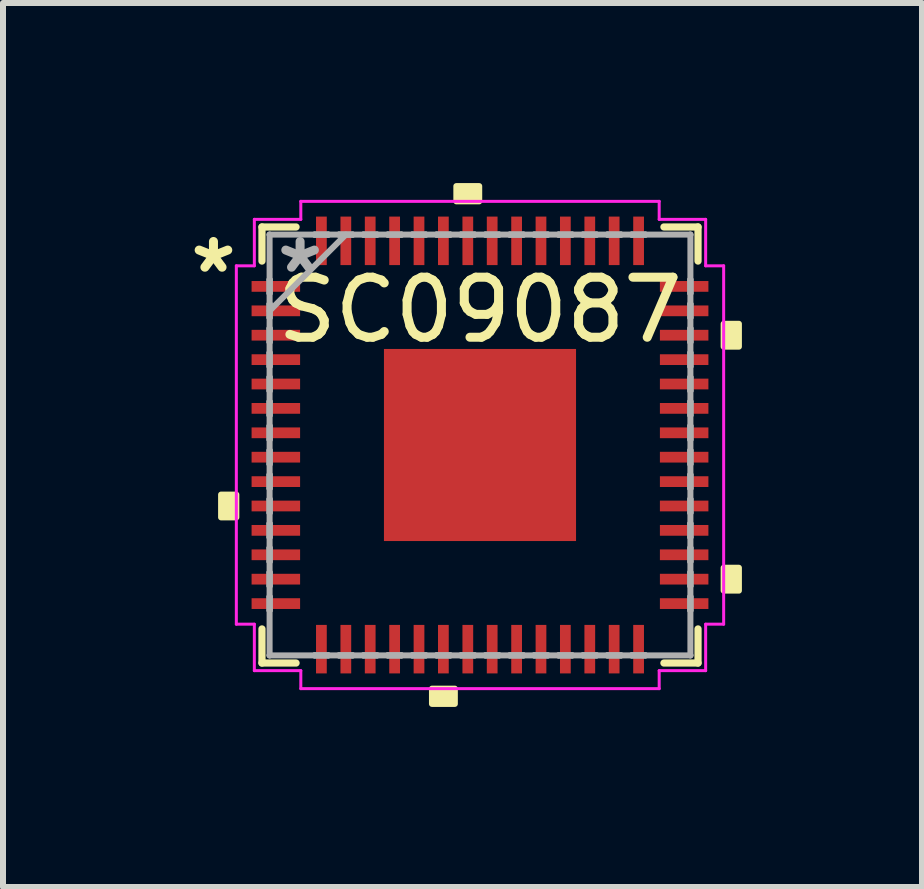
<source format=kicad_pcb>
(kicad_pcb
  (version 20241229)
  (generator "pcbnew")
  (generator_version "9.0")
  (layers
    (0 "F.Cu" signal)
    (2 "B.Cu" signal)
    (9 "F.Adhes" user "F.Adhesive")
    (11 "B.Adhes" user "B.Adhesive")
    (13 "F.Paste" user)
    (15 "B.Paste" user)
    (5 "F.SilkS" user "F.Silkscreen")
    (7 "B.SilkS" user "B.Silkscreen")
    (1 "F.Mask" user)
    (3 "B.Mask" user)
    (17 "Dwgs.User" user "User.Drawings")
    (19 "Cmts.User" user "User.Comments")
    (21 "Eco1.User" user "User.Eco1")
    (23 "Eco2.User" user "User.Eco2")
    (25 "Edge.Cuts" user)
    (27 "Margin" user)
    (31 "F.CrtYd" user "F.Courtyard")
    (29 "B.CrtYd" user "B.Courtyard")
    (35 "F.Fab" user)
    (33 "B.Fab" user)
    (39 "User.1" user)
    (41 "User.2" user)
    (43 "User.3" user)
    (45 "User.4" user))
  (footprint "SC09087"
    (layer "F.Cu")
    (at 4.946 4.363)
    (property "Reference" "SC09087" (at 0 -2.25 0) (layer "F.SilkS") (effects (font (size 1 1) (thickness 0.15))))
    (attr through_hole)
    (fp_line (start -3.632 -3.632) (end -3.632 -3.064) (stroke (width 0.12) (type solid)) (layer "F.SilkS"))
    (fp_line (start -3.632 3.064) (end -3.632 3.632) (stroke (width 0.12) (type solid)) (layer "F.SilkS"))
    (fp_line (start -3.632 3.632) (end -3.064 3.632) (stroke (width 0.12) (type solid)) (layer "F.SilkS"))
    (fp_line (start -3.064 -3.632) (end -3.632 -3.632) (stroke (width 0.12) (type solid)) (layer "F.SilkS"))
    (fp_line (start 3.064 3.632) (end 3.632 3.632) (stroke (width 0.12) (type solid)) (layer "F.SilkS"))
    (fp_line (start 3.632 -3.632) (end 3.064 -3.632) (stroke (width 0.12) (type solid)) (layer "F.SilkS"))
    (fp_line (start 3.632 -3.064) (end 3.632 -3.632) (stroke (width 0.12) (type solid)) (layer "F.SilkS"))
    (fp_line (start 3.632 3.632) (end 3.632 3.064) (stroke (width 0.12) (type solid)) (layer "F.SilkS"))
    (fp_poly (pts (xy -4.313 0.826) (xy -4.313 1.206) (xy -4.059 1.206) (xy -4.059 0.826)) (stroke (width 0.1) (type solid)) (fill yes) (layer "F.SilkS"))
    (fp_poly (pts (xy -0.8 4.059) (xy -0.8 4.313) (xy -0.419 4.313) (xy -0.419 4.059)) (stroke (width 0.1) (type solid)) (fill yes) (layer "F.SilkS"))
    (fp_poly (pts (xy -0.394 -4.059) (xy -0.394 -4.313) (xy -0.013 -4.313) (xy -0.013 -4.059)) (stroke (width 0.1) (type solid)) (fill yes) (layer "F.SilkS"))
    (fp_poly (pts (xy 4.313 -2.019) (xy 4.313 -1.638) (xy 4.059 -1.638) (xy 4.059 -2.019)) (stroke (width 0.1) (type solid)) (fill yes) (layer "F.SilkS"))
    (fp_poly (pts (xy 4.313 2.045) (xy 4.313 2.426) (xy 4.059 2.426) (xy 4.059 2.045)) (stroke (width 0.1) (type solid)) (fill yes) (layer "F.SilkS"))
    (fp_poly (pts (xy -1.5 -1.5) (xy -1.5 -0.1) (xy -0.1 -0.1) (xy -0.1 -1.5)) (stroke (width 0.1) (type solid)) (fill yes) (layer "F.Paste"))
    (fp_poly (pts (xy -1.5 0.1) (xy -1.5 1.5) (xy -0.1 1.5) (xy -0.1 0.1)) (stroke (width 0.1) (type solid)) (fill yes) (layer "F.Paste"))
    (fp_poly (pts (xy 0.1 -1.5) (xy 0.1 -0.1) (xy 1.5 -0.1) (xy 1.5 -1.5)) (stroke (width 0.1) (type solid)) (fill yes) (layer "F.Paste"))
    (fp_poly (pts (xy 0.1 0.1) (xy 0.1 1.5) (xy 1.5 1.5) (xy 1.5 0.1)) (stroke (width 0.1) (type solid)) (fill yes) (layer "F.Paste"))
    (fp_line (start -4.059 -2.985) (end -3.759 -2.985) (stroke (width 0.05) (type solid)) (layer "F.CrtYd"))
    (fp_line (start -4.059 2.985) (end -4.059 -2.985) (stroke (width 0.05) (type solid)) (layer "F.CrtYd"))
    (fp_line (start -3.759 -3.759) (end -2.985 -3.759) (stroke (width 0.05) (type solid)) (layer "F.CrtYd"))
    (fp_line (start -3.759 -2.985) (end -3.759 -3.759) (stroke (width 0.05) (type solid)) (layer "F.CrtYd"))
    (fp_line (start -3.759 2.985) (end -4.059 2.985) (stroke (width 0.05) (type solid)) (layer "F.CrtYd"))
    (fp_line (start -3.759 3.759) (end -3.759 2.985) (stroke (width 0.05) (type solid)) (layer "F.CrtYd"))
    (fp_line (start -2.985 -4.059) (end 2.985 -4.059) (stroke (width 0.05) (type solid)) (layer "F.CrtYd"))
    (fp_line (start -2.985 -3.759) (end -2.985 -4.059) (stroke (width 0.05) (type solid)) (layer "F.CrtYd"))
    (fp_line (start -2.985 3.759) (end -3.759 3.759) (stroke (width 0.05) (type solid)) (layer "F.CrtYd"))
    (fp_line (start -2.985 4.059) (end -2.985 3.759) (stroke (width 0.05) (type solid)) (layer "F.CrtYd"))
    (fp_line (start 2.985 -4.059) (end 2.985 -3.759) (stroke (width 0.05) (type solid)) (layer "F.CrtYd"))
    (fp_line (start 2.985 -3.759) (end 3.759 -3.759) (stroke (width 0.05) (type solid)) (layer "F.CrtYd"))
    (fp_line (start 2.985 3.759) (end 2.985 4.059) (stroke (width 0.05) (type solid)) (layer "F.CrtYd"))
    (fp_line (start 2.985 4.059) (end -2.985 4.059) (stroke (width 0.05) (type solid)) (layer "F.CrtYd"))
    (fp_line (start 3.759 -3.759) (end 3.759 -2.985) (stroke (width 0.05) (type solid)) (layer "F.CrtYd"))
    (fp_line (start 3.759 -2.985) (end 4.059 -2.985) (stroke (width 0.05) (type solid)) (layer "F.CrtYd"))
    (fp_line (start 3.759 2.985) (end 3.759 3.759) (stroke (width 0.05) (type solid)) (layer "F.CrtYd"))
    (fp_line (start 3.759 3.759) (end 2.985 3.759) (stroke (width 0.05) (type solid)) (layer "F.CrtYd"))
    (fp_line (start 4.059 -2.985) (end 4.059 2.985) (stroke (width 0.05) (type solid)) (layer "F.CrtYd"))
    (fp_line (start 4.059 2.985) (end 3.759 2.985) (stroke (width 0.05) (type solid)) (layer "F.CrtYd"))
    (fp_line (start -3.505 -3.505) (end -3.505 -3.505) (stroke (width 0.1) (type solid)) (layer "F.Fab"))
    (fp_line (start -3.505 -3.505) (end -3.505 3.505) (stroke (width 0.1) (type solid)) (layer "F.Fab"))
    (fp_line (start -3.505 -2.756) (end -3.505 -2.756) (stroke (width 0.1) (type solid)) (layer "F.Fab"))
    (fp_line (start -3.505 -2.756) (end -3.505 -2.527) (stroke (width 0.1) (type solid)) (layer "F.Fab"))
    (fp_line (start -3.505 -2.527) (end -3.505 -2.756) (stroke (width 0.1) (type solid)) (layer "F.Fab"))
    (fp_line (start -3.505 -2.527) (end -3.505 -2.527) (stroke (width 0.1) (type solid)) (layer "F.Fab"))
    (fp_line (start -3.505 -2.349) (end -3.505 -2.349) (stroke (width 0.1) (type solid)) (layer "F.Fab"))
    (fp_line (start -3.505 -2.349) (end -3.505 -2.121) (stroke (width 0.1) (type solid)) (layer "F.Fab"))
    (fp_line (start -3.505 -2.235) (end -2.235 -3.505) (stroke (width 0.1) (type solid)) (layer "F.Fab"))
    (fp_line (start -3.505 -2.121) (end -3.505 -2.349) (stroke (width 0.1) (type solid)) (layer "F.Fab"))
    (fp_line (start -3.505 -2.121) (end -3.505 -2.121) (stroke (width 0.1) (type solid)) (layer "F.Fab"))
    (fp_line (start -3.505 -1.943) (end -3.505 -1.943) (stroke (width 0.1) (type solid)) (layer "F.Fab"))
    (fp_line (start -3.505 -1.943) (end -3.505 -1.714) (stroke (width 0.1) (type solid)) (layer "F.Fab"))
    (fp_line (start -3.505 -1.714) (end -3.505 -1.943) (stroke (width 0.1) (type solid)) (layer "F.Fab"))
    (fp_line (start -3.505 -1.714) (end -3.505 -1.714) (stroke (width 0.1) (type solid)) (layer "F.Fab"))
    (fp_line (start -3.505 -1.537) (end -3.505 -1.537) (stroke (width 0.1) (type solid)) (layer "F.Fab"))
    (fp_line (start -3.505 -1.537) (end -3.505 -1.308) (stroke (width 0.1) (type solid)) (layer "F.Fab"))
    (fp_line (start -3.505 -1.308) (end -3.505 -1.537) (stroke (width 0.1) (type solid)) (layer "F.Fab"))
    (fp_line (start -3.505 -1.308) (end -3.505 -1.308) (stroke (width 0.1) (type solid)) (layer "F.Fab"))
    (fp_line (start -3.505 -1.13) (end -3.505 -1.13) (stroke (width 0.1) (type solid)) (layer "F.Fab"))
    (fp_line (start -3.505 -1.13) (end -3.505 -0.902) (stroke (width 0.1) (type solid)) (layer "F.Fab"))
    (fp_line (start -3.505 -0.902) (end -3.505 -1.13) (stroke (width 0.1) (type solid)) (layer "F.Fab"))
    (fp_line (start -3.505 -0.902) (end -3.505 -0.902) (stroke (width 0.1) (type solid)) (layer "F.Fab"))
    (fp_line (start -3.505 -0.724) (end -3.505 -0.724) (stroke (width 0.1) (type solid)) (layer "F.Fab"))
    (fp_line (start -3.505 -0.724) (end -3.505 -0.495) (stroke (width 0.1) (type solid)) (layer "F.Fab"))
    (fp_line (start -3.505 -0.495) (end -3.505 -0.724) (stroke (width 0.1) (type solid)) (layer "F.Fab"))
    (fp_line (start -3.505 -0.495) (end -3.505 -0.495) (stroke (width 0.1) (type solid)) (layer "F.Fab"))
    (fp_line (start -3.505 -0.318) (end -3.505 -0.318) (stroke (width 0.1) (type solid)) (layer "F.Fab"))
    (fp_line (start -3.505 -0.318) (end -3.505 -0.089) (stroke (width 0.1) (type solid)) (layer "F.Fab"))
    (fp_line (start -3.505 -0.089) (end -3.505 -0.318) (stroke (width 0.1) (type solid)) (layer "F.Fab"))
    (fp_line (start -3.505 -0.089) (end -3.505 -0.089) (stroke (width 0.1) (type solid)) (layer "F.Fab"))
    (fp_line (start -3.505 0.089) (end -3.505 0.089) (stroke (width 0.1) (type solid)) (layer "F.Fab"))
    (fp_line (start -3.505 0.089) (end -3.505 0.318) (stroke (width 0.1) (type solid)) (layer "F.Fab"))
    (fp_line (start -3.505 0.318) (end -3.505 0.089) (stroke (width 0.1) (type solid)) (layer "F.Fab"))
    (fp_line (start -3.505 0.318) (end -3.505 0.318) (stroke (width 0.1) (type solid)) (layer "F.Fab"))
    (fp_line (start -3.505 0.495) (end -3.505 0.495) (stroke (width 0.1) (type solid)) (layer "F.Fab"))
    (fp_line (start -3.505 0.495) (end -3.505 0.724) (stroke (width 0.1) (type solid)) (layer "F.Fab"))
    (fp_line (start -3.505 0.724) (end -3.505 0.495) (stroke (width 0.1) (type solid)) (layer "F.Fab"))
    (fp_line (start -3.505 0.724) (end -3.505 0.724) (stroke (width 0.1) (type solid)) (layer "F.Fab"))
    (fp_line (start -3.505 0.902) (end -3.505 0.902) (stroke (width 0.1) (type solid)) (layer "F.Fab"))
    (fp_line (start -3.505 0.902) (end -3.505 1.13) (stroke (width 0.1) (type solid)) (layer "F.Fab"))
    (fp_line (start -3.505 1.13) (end -3.505 0.902) (stroke (width 0.1) (type solid)) (layer "F.Fab"))
    (fp_line (start -3.505 1.13) (end -3.505 1.13) (stroke (width 0.1) (type solid)) (layer "F.Fab"))
    (fp_line (start -3.505 1.308) (end -3.505 1.308) (stroke (width 0.1) (type solid)) (layer "F.Fab"))
    (fp_line (start -3.505 1.308) (end -3.505 1.537) (stroke (width 0.1) (type solid)) (layer "F.Fab"))
    (fp_line (start -3.505 1.537) (end -3.505 1.308) (stroke (width 0.1) (type solid)) (layer "F.Fab"))
    (fp_line (start -3.505 1.537) (end -3.505 1.537) (stroke (width 0.1) (type solid)) (layer "F.Fab"))
    (fp_line (start -3.505 1.714) (end -3.505 1.714) (stroke (width 0.1) (type solid)) (layer "F.Fab"))
    (fp_line (start -3.505 1.714) (end -3.505 1.943) (stroke (width 0.1) (type solid)) (layer "F.Fab"))
    (fp_line (start -3.505 1.943) (end -3.505 1.714) (stroke (width 0.1) (type solid)) (layer "F.Fab"))
    (fp_line (start -3.505 1.943) (end -3.505 1.943) (stroke (width 0.1) (type solid)) (layer "F.Fab"))
    (fp_line (start -3.505 2.121) (end -3.505 2.121) (stroke (width 0.1) (type solid)) (layer "F.Fab"))
    (fp_line (start -3.505 2.121) (end -3.505 2.349) (stroke (width 0.1) (type solid)) (layer "F.Fab"))
    (fp_line (start -3.505 2.349) (end -3.505 2.121) (stroke (width 0.1) (type solid)) (layer "F.Fab"))
    (fp_line (start -3.505 2.349) (end -3.505 2.349) (stroke (width 0.1) (type solid)) (layer "F.Fab"))
    (fp_line (start -3.505 2.527) (end -3.505 2.527) (stroke (width 0.1) (type solid)) (layer "F.Fab"))
    (fp_line (start -3.505 2.527) (end -3.505 2.756) (stroke (width 0.1) (type solid)) (layer "F.Fab"))
    (fp_line (start -3.505 2.756) (end -3.505 2.527) (stroke (width 0.1) (type solid)) (layer "F.Fab"))
    (fp_line (start -3.505 2.756) (end -3.505 2.756) (stroke (width 0.1) (type solid)) (layer "F.Fab"))
    (fp_line (start -3.505 3.505) (end -3.505 3.505) (stroke (width 0.1) (type solid)) (layer "F.Fab"))
    (fp_line (start -3.505 3.505) (end 3.505 3.505) (stroke (width 0.1) (type solid)) (layer "F.Fab"))
    (fp_line (start -2.756 -3.505) (end -2.756 -3.505) (stroke (width 0.1) (type solid)) (layer "F.Fab"))
    (fp_line (start -2.756 -3.505) (end -2.527 -3.505) (stroke (width 0.1) (type solid)) (layer "F.Fab"))
    (fp_line (start -2.756 3.505) (end -2.756 3.505) (stroke (width 0.1) (type solid)) (layer "F.Fab"))
    (fp_line (start -2.756 3.505) (end -2.527 3.505) (stroke (width 0.1) (type solid)) (layer "F.Fab"))
    (fp_line (start -2.527 -3.505) (end -2.756 -3.505) (stroke (width 0.1) (type solid)) (layer "F.Fab"))
    (fp_line (start -2.527 -3.505) (end -2.527 -3.505) (stroke (width 0.1) (type solid)) (layer "F.Fab"))
    (fp_line (start -2.527 3.505) (end -2.756 3.505) (stroke (width 0.1) (type solid)) (layer "F.Fab"))
    (fp_line (start -2.527 3.505) (end -2.527 3.505) (stroke (width 0.1) (type solid)) (layer "F.Fab"))
    (fp_line (start -2.349 -3.505) (end -2.349 -3.505) (stroke (width 0.1) (type solid)) (layer "F.Fab"))
    (fp_line (start -2.349 -3.505) (end -2.121 -3.505) (stroke (width 0.1) (type solid)) (layer "F.Fab"))
    (fp_line (start -2.349 3.505) (end -2.349 3.505) (stroke (width 0.1) (type solid)) (layer "F.Fab"))
    (fp_line (start -2.349 3.505) (end -2.121 3.505) (stroke (width 0.1) (type solid)) (layer "F.Fab"))
    (fp_line (start -2.121 -3.505) (end -2.349 -3.505) (stroke (width 0.1) (type solid)) (layer "F.Fab"))
    (fp_line (start -2.121 -3.505) (end -2.121 -3.505) (stroke (width 0.1) (type solid)) (layer "F.Fab"))
    (fp_line (start -2.121 3.505) (end -2.349 3.505) (stroke (width 0.1) (type solid)) (layer "F.Fab"))
    (fp_line (start -2.121 3.505) (end -2.121 3.505) (stroke (width 0.1) (type solid)) (layer "F.Fab"))
    (fp_line (start -1.943 -3.505) (end -1.943 -3.505) (stroke (width 0.1) (type solid)) (layer "F.Fab"))
    (fp_line (start -1.943 -3.505) (end -1.714 -3.505) (stroke (width 0.1) (type solid)) (layer "F.Fab"))
    (fp_line (start -1.943 3.505) (end -1.943 3.505) (stroke (width 0.1) (type solid)) (layer "F.Fab"))
    (fp_line (start -1.943 3.505) (end -1.714 3.505) (stroke (width 0.1) (type solid)) (layer "F.Fab"))
    (fp_line (start -1.714 -3.505) (end -1.943 -3.505) (stroke (width 0.1) (type solid)) (layer "F.Fab"))
    (fp_line (start -1.714 -3.505) (end -1.714 -3.505) (stroke (width 0.1) (type solid)) (layer "F.Fab"))
    (fp_line (start -1.714 3.505) (end -1.943 3.505) (stroke (width 0.1) (type solid)) (layer "F.Fab"))
    (fp_line (start -1.714 3.505) (end -1.714 3.505) (stroke (width 0.1) (type solid)) (layer "F.Fab"))
    (fp_line (start -1.537 -3.505) (end -1.537 -3.505) (stroke (width 0.1) (type solid)) (layer "F.Fab"))
    (fp_line (start -1.537 -3.505) (end -1.308 -3.505) (stroke (width 0.1) (type solid)) (layer "F.Fab"))
    (fp_line (start -1.537 3.505) (end -1.537 3.505) (stroke (width 0.1) (type solid)) (layer "F.Fab"))
    (fp_line (start -1.537 3.505) (end -1.308 3.505) (stroke (width 0.1) (type solid)) (layer "F.Fab"))
    (fp_line (start -1.308 -3.505) (end -1.537 -3.505) (stroke (width 0.1) (type solid)) (layer "F.Fab"))
    (fp_line (start -1.308 -3.505) (end -1.308 -3.505) (stroke (width 0.1) (type solid)) (layer "F.Fab"))
    (fp_line (start -1.308 3.505) (end -1.537 3.505) (stroke (width 0.1) (type solid)) (layer "F.Fab"))
    (fp_line (start -1.308 3.505) (end -1.308 3.505) (stroke (width 0.1) (type solid)) (layer "F.Fab"))
    (fp_line (start -1.13 -3.505) (end -1.13 -3.505) (stroke (width 0.1) (type solid)) (layer "F.Fab"))
    (fp_line (start -1.13 -3.505) (end -0.902 -3.505) (stroke (width 0.1) (type solid)) (layer "F.Fab"))
    (fp_line (start -1.13 3.505) (end -1.13 3.505) (stroke (width 0.1) (type solid)) (layer "F.Fab"))
    (fp_line (start -1.13 3.505) (end -0.902 3.505) (stroke (width 0.1) (type solid)) (layer "F.Fab"))
    (fp_line (start -0.902 -3.505) (end -1.13 -3.505) (stroke (width 0.1) (type solid)) (layer "F.Fab"))
    (fp_line (start -0.902 -3.505) (end -0.902 -3.505) (stroke (width 0.1) (type solid)) (layer "F.Fab"))
    (fp_line (start -0.902 3.505) (end -1.13 3.505) (stroke (width 0.1) (type solid)) (layer "F.Fab"))
    (fp_line (start -0.902 3.505) (end -0.902 3.505) (stroke (width 0.1) (type solid)) (layer "F.Fab"))
    (fp_line (start -0.724 -3.505) (end -0.724 -3.505) (stroke (width 0.1) (type solid)) (layer "F.Fab"))
    (fp_line (start -0.724 -3.505) (end -0.495 -3.505) (stroke (width 0.1) (type solid)) (layer "F.Fab"))
    (fp_line (start -0.724 3.505) (end -0.724 3.505) (stroke (width 0.1) (type solid)) (layer "F.Fab"))
    (fp_line (start -0.724 3.505) (end -0.495 3.505) (stroke (width 0.1) (type solid)) (layer "F.Fab"))
    (fp_line (start -0.495 -3.505) (end -0.724 -3.505) (stroke (width 0.1) (type solid)) (layer "F.Fab"))
    (fp_line (start -0.495 -3.505) (end -0.495 -3.505) (stroke (width 0.1) (type solid)) (layer "F.Fab"))
    (fp_line (start -0.495 3.505) (end -0.724 3.505) (stroke (width 0.1) (type solid)) (layer "F.Fab"))
    (fp_line (start -0.495 3.505) (end -0.495 3.505) (stroke (width 0.1) (type solid)) (layer "F.Fab"))
    (fp_line (start -0.318 -3.505) (end -0.318 -3.505) (stroke (width 0.1) (type solid)) (layer "F.Fab"))
    (fp_line (start -0.318 -3.505) (end -0.089 -3.505) (stroke (width 0.1) (type solid)) (layer "F.Fab"))
    (fp_line (start -0.318 3.505) (end -0.318 3.505) (stroke (width 0.1) (type solid)) (layer "F.Fab"))
    (fp_line (start -0.318 3.505) (end -0.089 3.505) (stroke (width 0.1) (type solid)) (layer "F.Fab"))
    (fp_line (start -0.089 -3.505) (end -0.318 -3.505) (stroke (width 0.1) (type solid)) (layer "F.Fab"))
    (fp_line (start -0.089 -3.505) (end -0.089 -3.505) (stroke (width 0.1) (type solid)) (layer "F.Fab"))
    (fp_line (start -0.089 3.505) (end -0.318 3.505) (stroke (width 0.1) (type solid)) (layer "F.Fab"))
    (fp_line (start -0.089 3.505) (end -0.089 3.505) (stroke (width 0.1) (type solid)) (layer "F.Fab"))
    (fp_line (start 0.089 -3.505) (end 0.089 -3.505) (stroke (width 0.1) (type solid)) (layer "F.Fab"))
    (fp_line (start 0.089 -3.505) (end 0.318 -3.505) (stroke (width 0.1) (type solid)) (layer "F.Fab"))
    (fp_line (start 0.089 3.505) (end 0.089 3.505) (stroke (width 0.1) (type solid)) (layer "F.Fab"))
    (fp_line (start 0.089 3.505) (end 0.318 3.505) (stroke (width 0.1) (type solid)) (layer "F.Fab"))
    (fp_line (start 0.318 -3.505) (end 0.089 -3.505) (stroke (width 0.1) (type solid)) (layer "F.Fab"))
    (fp_line (start 0.318 -3.505) (end 0.318 -3.505) (stroke (width 0.1) (type solid)) (layer "F.Fab"))
    (fp_line (start 0.318 3.505) (end 0.089 3.505) (stroke (width 0.1) (type solid)) (layer "F.Fab"))
    (fp_line (start 0.318 3.505) (end 0.318 3.505) (stroke (width 0.1) (type solid)) (layer "F.Fab"))
    (fp_line (start 0.495 -3.505) (end 0.495 -3.505) (stroke (width 0.1) (type solid)) (layer "F.Fab"))
    (fp_line (start 0.495 -3.505) (end 0.724 -3.505) (stroke (width 0.1) (type solid)) (layer "F.Fab"))
    (fp_line (start 0.495 3.505) (end 0.495 3.505) (stroke (width 0.1) (type solid)) (layer "F.Fab"))
    (fp_line (start 0.495 3.505) (end 0.724 3.505) (stroke (width 0.1) (type solid)) (layer "F.Fab"))
    (fp_line (start 0.724 -3.505) (end 0.495 -3.505) (stroke (width 0.1) (type solid)) (layer "F.Fab"))
    (fp_line (start 0.724 -3.505) (end 0.724 -3.505) (stroke (width 0.1) (type solid)) (layer "F.Fab"))
    (fp_line (start 0.724 3.505) (end 0.495 3.505) (stroke (width 0.1) (type solid)) (layer "F.Fab"))
    (fp_line (start 0.724 3.505) (end 0.724 3.505) (stroke (width 0.1) (type solid)) (layer "F.Fab"))
    (fp_line (start 0.902 -3.505) (end 0.902 -3.505) (stroke (width 0.1) (type solid)) (layer "F.Fab"))
    (fp_line (start 0.902 -3.505) (end 1.13 -3.505) (stroke (width 0.1) (type solid)) (layer "F.Fab"))
    (fp_line (start 0.902 3.505) (end 0.902 3.505) (stroke (width 0.1) (type solid)) (layer "F.Fab"))
    (fp_line (start 0.902 3.505) (end 1.13 3.505) (stroke (width 0.1) (type solid)) (layer "F.Fab"))
    (fp_line (start 1.13 -3.505) (end 0.902 -3.505) (stroke (width 0.1) (type solid)) (layer "F.Fab"))
    (fp_line (start 1.13 -3.505) (end 1.13 -3.505) (stroke (width 0.1) (type solid)) (layer "F.Fab"))
    (fp_line (start 1.13 3.505) (end 0.902 3.505) (stroke (width 0.1) (type solid)) (layer "F.Fab"))
    (fp_line (start 1.13 3.505) (end 1.13 3.505) (stroke (width 0.1) (type solid)) (layer "F.Fab"))
    (fp_line (start 1.308 -3.505) (end 1.308 -3.505) (stroke (width 0.1) (type solid)) (layer "F.Fab"))
    (fp_line (start 1.308 -3.505) (end 1.537 -3.505) (stroke (width 0.1) (type solid)) (layer "F.Fab"))
    (fp_line (start 1.308 3.505) (end 1.308 3.505) (stroke (width 0.1) (type solid)) (layer "F.Fab"))
    (fp_line (start 1.308 3.505) (end 1.537 3.505) (stroke (width 0.1) (type solid)) (layer "F.Fab"))
    (fp_line (start 1.537 -3.505) (end 1.308 -3.505) (stroke (width 0.1) (type solid)) (layer "F.Fab"))
    (fp_line (start 1.537 -3.505) (end 1.537 -3.505) (stroke (width 0.1) (type solid)) (layer "F.Fab"))
    (fp_line (start 1.537 3.505) (end 1.308 3.505) (stroke (width 0.1) (type solid)) (layer "F.Fab"))
    (fp_line (start 1.537 3.505) (end 1.537 3.505) (stroke (width 0.1) (type solid)) (layer "F.Fab"))
    (fp_line (start 1.714 -3.505) (end 1.714 -3.505) (stroke (width 0.1) (type solid)) (layer "F.Fab"))
    (fp_line (start 1.714 -3.505) (end 1.943 -3.505) (stroke (width 0.1) (type solid)) (layer "F.Fab"))
    (fp_line (start 1.714 3.505) (end 1.714 3.505) (stroke (width 0.1) (type solid)) (layer "F.Fab"))
    (fp_line (start 1.714 3.505) (end 1.943 3.505) (stroke (width 0.1) (type solid)) (layer "F.Fab"))
    (fp_line (start 1.943 -3.505) (end 1.714 -3.505) (stroke (width 0.1) (type solid)) (layer "F.Fab"))
    (fp_line (start 1.943 -3.505) (end 1.943 -3.505) (stroke (width 0.1) (type solid)) (layer "F.Fab"))
    (fp_line (start 1.943 3.505) (end 1.714 3.505) (stroke (width 0.1) (type solid)) (layer "F.Fab"))
    (fp_line (start 1.943 3.505) (end 1.943 3.505) (stroke (width 0.1) (type solid)) (layer "F.Fab"))
    (fp_line (start 2.121 -3.505) (end 2.121 -3.505) (stroke (width 0.1) (type solid)) (layer "F.Fab"))
    (fp_line (start 2.121 -3.505) (end 2.349 -3.505) (stroke (width 0.1) (type solid)) (layer "F.Fab"))
    (fp_line (start 2.121 3.505) (end 2.121 3.505) (stroke (width 0.1) (type solid)) (layer "F.Fab"))
    (fp_line (start 2.121 3.505) (end 2.349 3.505) (stroke (width 0.1) (type solid)) (layer "F.Fab"))
    (fp_line (start 2.349 -3.505) (end 2.121 -3.505) (stroke (width 0.1) (type solid)) (layer "F.Fab"))
    (fp_line (start 2.349 -3.505) (end 2.349 -3.505) (stroke (width 0.1) (type solid)) (layer "F.Fab"))
    (fp_line (start 2.349 3.505) (end 2.121 3.505) (stroke (width 0.1) (type solid)) (layer "F.Fab"))
    (fp_line (start 2.349 3.505) (end 2.349 3.505) (stroke (width 0.1) (type solid)) (layer "F.Fab"))
    (fp_line (start 2.527 -3.505) (end 2.527 -3.505) (stroke (width 0.1) (type solid)) (layer "F.Fab"))
    (fp_line (start 2.527 -3.505) (end 2.756 -3.505) (stroke (width 0.1) (type solid)) (layer "F.Fab"))
    (fp_line (start 2.527 3.505) (end 2.527 3.505) (stroke (width 0.1) (type solid)) (layer "F.Fab"))
    (fp_line (start 2.527 3.505) (end 2.756 3.505) (stroke (width 0.1) (type solid)) (layer "F.Fab"))
    (fp_line (start 2.756 -3.505) (end 2.527 -3.505) (stroke (width 0.1) (type solid)) (layer "F.Fab"))
    (fp_line (start 2.756 -3.505) (end 2.756 -3.505) (stroke (width 0.1) (type solid)) (layer "F.Fab"))
    (fp_line (start 2.756 3.505) (end 2.527 3.505) (stroke (width 0.1) (type solid)) (layer "F.Fab"))
    (fp_line (start 2.756 3.505) (end 2.756 3.505) (stroke (width 0.1) (type solid)) (layer "F.Fab"))
    (fp_line (start 3.505 -3.505) (end -3.505 -3.505) (stroke (width 0.1) (type solid)) (layer "F.Fab"))
    (fp_line (start 3.505 -3.505) (end 3.505 -3.505) (stroke (width 0.1) (type solid)) (layer "F.Fab"))
    (fp_line (start 3.505 -2.756) (end 3.505 -2.756) (stroke (width 0.1) (type solid)) (layer "F.Fab"))
    (fp_line (start 3.505 -2.756) (end 3.505 -2.527) (stroke (width 0.1) (type solid)) (layer "F.Fab"))
    (fp_line (start 3.505 -2.527) (end 3.505 -2.756) (stroke (width 0.1) (type solid)) (layer "F.Fab"))
    (fp_line (start 3.505 -2.527) (end 3.505 -2.527) (stroke (width 0.1) (type solid)) (layer "F.Fab"))
    (fp_line (start 3.505 -2.349) (end 3.505 -2.349) (stroke (width 0.1) (type solid)) (layer "F.Fab"))
    (fp_line (start 3.505 -2.349) (end 3.505 -2.121) (stroke (width 0.1) (type solid)) (layer "F.Fab"))
    (fp_line (start 3.505 -2.121) (end 3.505 -2.349) (stroke (width 0.1) (type solid)) (layer "F.Fab"))
    (fp_line (start 3.505 -2.121) (end 3.505 -2.121) (stroke (width 0.1) (type solid)) (layer "F.Fab"))
    (fp_line (start 3.505 -1.943) (end 3.505 -1.943) (stroke (width 0.1) (type solid)) (layer "F.Fab"))
    (fp_line (start 3.505 -1.943) (end 3.505 -1.714) (stroke (width 0.1) (type solid)) (layer "F.Fab"))
    (fp_line (start 3.505 -1.714) (end 3.505 -1.943) (stroke (width 0.1) (type solid)) (layer "F.Fab"))
    (fp_line (start 3.505 -1.714) (end 3.505 -1.714) (stroke (width 0.1) (type solid)) (layer "F.Fab"))
    (fp_line (start 3.505 -1.537) (end 3.505 -1.537) (stroke (width 0.1) (type solid)) (layer "F.Fab"))
    (fp_line (start 3.505 -1.537) (end 3.505 -1.308) (stroke (width 0.1) (type solid)) (layer "F.Fab"))
    (fp_line (start 3.505 -1.308) (end 3.505 -1.537) (stroke (width 0.1) (type solid)) (layer "F.Fab"))
    (fp_line (start 3.505 -1.308) (end 3.505 -1.308) (stroke (width 0.1) (type solid)) (layer "F.Fab"))
    (fp_line (start 3.505 -1.13) (end 3.505 -1.13) (stroke (width 0.1) (type solid)) (layer "F.Fab"))
    (fp_line (start 3.505 -1.13) (end 3.505 -0.902) (stroke (width 0.1) (type solid)) (layer "F.Fab"))
    (fp_line (start 3.505 -0.902) (end 3.505 -1.13) (stroke (width 0.1) (type solid)) (layer "F.Fab"))
    (fp_line (start 3.505 -0.902) (end 3.505 -0.902) (stroke (width 0.1) (type solid)) (layer "F.Fab"))
    (fp_line (start 3.505 -0.724) (end 3.505 -0.724) (stroke (width 0.1) (type solid)) (layer "F.Fab"))
    (fp_line (start 3.505 -0.724) (end 3.505 -0.495) (stroke (width 0.1) (type solid)) (layer "F.Fab"))
    (fp_line (start 3.505 -0.495) (end 3.505 -0.724) (stroke (width 0.1) (type solid)) (layer "F.Fab"))
    (fp_line (start 3.505 -0.495) (end 3.505 -0.495) (stroke (width 0.1) (type solid)) (layer "F.Fab"))
    (fp_line (start 3.505 -0.318) (end 3.505 -0.318) (stroke (width 0.1) (type solid)) (layer "F.Fab"))
    (fp_line (start 3.505 -0.318) (end 3.505 -0.089) (stroke (width 0.1) (type solid)) (layer "F.Fab"))
    (fp_line (start 3.505 -0.089) (end 3.505 -0.318) (stroke (width 0.1) (type solid)) (layer "F.Fab"))
    (fp_line (start 3.505 -0.089) (end 3.505 -0.089) (stroke (width 0.1) (type solid)) (layer "F.Fab"))
    (fp_line (start 3.505 0.089) (end 3.505 0.089) (stroke (width 0.1) (type solid)) (layer "F.Fab"))
    (fp_line (start 3.505 0.089) (end 3.505 0.318) (stroke (width 0.1) (type solid)) (layer "F.Fab"))
    (fp_line (start 3.505 0.318) (end 3.505 0.089) (stroke (width 0.1) (type solid)) (layer "F.Fab"))
    (fp_line (start 3.505 0.318) (end 3.505 0.318) (stroke (width 0.1) (type solid)) (layer "F.Fab"))
    (fp_line (start 3.505 0.495) (end 3.505 0.495) (stroke (width 0.1) (type solid)) (layer "F.Fab"))
    (fp_line (start 3.505 0.495) (end 3.505 0.724) (stroke (width 0.1) (type solid)) (layer "F.Fab"))
    (fp_line (start 3.505 0.724) (end 3.505 0.495) (stroke (width 0.1) (type solid)) (layer "F.Fab"))
    (fp_line (start 3.505 0.724) (end 3.505 0.724) (stroke (width 0.1) (type solid)) (layer "F.Fab"))
    (fp_line (start 3.505 0.902) (end 3.505 0.902) (stroke (width 0.1) (type solid)) (layer "F.Fab"))
    (fp_line (start 3.505 0.902) (end 3.505 1.13) (stroke (width 0.1) (type solid)) (layer "F.Fab"))
    (fp_line (start 3.505 1.13) (end 3.505 0.902) (stroke (width 0.1) (type solid)) (layer "F.Fab"))
    (fp_line (start 3.505 1.13) (end 3.505 1.13) (stroke (width 0.1) (type solid)) (layer "F.Fab"))
    (fp_line (start 3.505 1.308) (end 3.505 1.308) (stroke (width 0.1) (type solid)) (layer "F.Fab"))
    (fp_line (start 3.505 1.308) (end 3.505 1.537) (stroke (width 0.1) (type solid)) (layer "F.Fab"))
    (fp_line (start 3.505 1.537) (end 3.505 1.308) (stroke (width 0.1) (type solid)) (layer "F.Fab"))
    (fp_line (start 3.505 1.537) (end 3.505 1.537) (stroke (width 0.1) (type solid)) (layer "F.Fab"))
    (fp_line (start 3.505 1.714) (end 3.505 1.714) (stroke (width 0.1) (type solid)) (layer "F.Fab"))
    (fp_line (start 3.505 1.714) (end 3.505 1.943) (stroke (width 0.1) (type solid)) (layer "F.Fab"))
    (fp_line (start 3.505 1.943) (end 3.505 1.714) (stroke (width 0.1) (type solid)) (layer "F.Fab"))
    (fp_line (start 3.505 1.943) (end 3.505 1.943) (stroke (width 0.1) (type solid)) (layer "F.Fab"))
    (fp_line (start 3.505 2.121) (end 3.505 2.121) (stroke (width 0.1) (type solid)) (layer "F.Fab"))
    (fp_line (start 3.505 2.121) (end 3.505 2.349) (stroke (width 0.1) (type solid)) (layer "F.Fab"))
    (fp_line (start 3.505 2.349) (end 3.505 2.121) (stroke (width 0.1) (type solid)) (layer "F.Fab"))
    (fp_line (start 3.505 2.349) (end 3.505 2.349) (stroke (width 0.1) (type solid)) (layer "F.Fab"))
    (fp_line (start 3.505 2.527) (end 3.505 2.527) (stroke (width 0.1) (type solid)) (layer "F.Fab"))
    (fp_line (start 3.505 2.527) (end 3.505 2.756) (stroke (width 0.1) (type solid)) (layer "F.Fab"))
    (fp_line (start 3.505 2.756) (end 3.505 2.527) (stroke (width 0.1) (type solid)) (layer "F.Fab"))
    (fp_line (start 3.505 2.756) (end 3.505 2.756) (stroke (width 0.1) (type solid)) (layer "F.Fab"))
    (fp_line (start 3.505 3.505) (end 3.505 -3.505) (stroke (width 0.1) (type solid)) (layer "F.Fab"))
    (fp_line (start 3.505 3.505) (end 3.505 3.505) (stroke (width 0.1) (type solid)) (layer "F.Fab"))
    (fp_text user "*" (at -4.44 -2.845 0) (layer "F.SilkS") (effects (font (size 1 1) (thickness 0.15))))
    (fp_text user "*" (at -2.997 -2.845 0) (layer "F.Fab") (effects (font (size 1 1) (thickness 0.15))))
    (pad "1" smd rect (at -3.401 -2.642 90) (size 0.179 0.808) (layers "F.Cu" "F.Mask" "F.Paste"))
    (pad "2" smd rect (at -3.401 -2.235 90) (size 0.179 0.808) (layers "F.Cu" "F.Mask" "F.Paste"))
    (pad "3" smd rect (at -3.401 -1.829 90) (size 0.179 0.808) (layers "F.Cu" "F.Mask" "F.Paste"))
    (pad "4" smd rect (at -3.401 -1.422 90) (size 0.179 0.808) (layers "F.Cu" "F.Mask" "F.Paste"))
    (pad "5" smd rect (at -3.401 -1.016 90) (size 0.179 0.808) (layers "F.Cu" "F.Mask" "F.Paste"))
    (pad "6" smd rect (at -3.401 -0.61 90) (size 0.179 0.808) (layers "F.Cu" "F.Mask" "F.Paste"))
    (pad "7" smd rect (at -3.401 -0.203 90) (size 0.179 0.808) (layers "F.Cu" "F.Mask" "F.Paste"))
    (pad "8" smd rect (at -3.401 0.203 90) (size 0.179 0.808) (layers "F.Cu" "F.Mask" "F.Paste"))
    (pad "9" smd rect (at -3.401 0.61 90) (size 0.179 0.808) (layers "F.Cu" "F.Mask" "F.Paste"))
    (pad "10" smd rect (at -3.401 1.016 90) (size 0.179 0.808) (layers "F.Cu" "F.Mask" "F.Paste"))
    (pad "11" smd rect (at -3.401 1.422 90) (size 0.179 0.808) (layers "F.Cu" "F.Mask" "F.Paste"))
    (pad "12" smd rect (at -3.401 1.829 90) (size 0.179 0.808) (layers "F.Cu" "F.Mask" "F.Paste"))
    (pad "13" smd rect (at -3.401 2.235 90) (size 0.179 0.808) (layers "F.Cu" "F.Mask" "F.Paste"))
    (pad "14" smd rect (at -3.401 2.642 90) (size 0.179 0.808) (layers "F.Cu" "F.Mask" "F.Paste"))
    (pad "15" smd rect (at -2.642 3.401) (size 0.179 0.808) (layers "F.Cu" "F.Mask" "F.Paste"))
    (pad "16" smd rect (at -2.235 3.401) (size 0.179 0.808) (layers "F.Cu" "F.Mask" "F.Paste"))
    (pad "17" smd rect (at -1.829 3.401) (size 0.179 0.808) (layers "F.Cu" "F.Mask" "F.Paste"))
    (pad "18" smd rect (at -1.422 3.401) (size 0.179 0.808) (layers "F.Cu" "F.Mask" "F.Paste"))
    (pad "19" smd rect (at -1.016 3.401) (size 0.179 0.808) (layers "F.Cu" "F.Mask" "F.Paste"))
    (pad "20" smd rect (at -0.61 3.401) (size 0.179 0.808) (layers "F.Cu" "F.Mask" "F.Paste"))
    (pad "21" smd rect (at -0.203 3.401) (size 0.179 0.808) (layers "F.Cu" "F.Mask" "F.Paste"))
    (pad "22" smd rect (at 0.203 3.401) (size 0.179 0.808) (layers "F.Cu" "F.Mask" "F.Paste"))
    (pad "23" smd rect (at 0.61 3.401) (size 0.179 0.808) (layers "F.Cu" "F.Mask" "F.Paste"))
    (pad "24" smd rect (at 1.016 3.401) (size 0.179 0.808) (layers "F.Cu" "F.Mask" "F.Paste"))
    (pad "25" smd rect (at 1.422 3.401) (size 0.179 0.808) (layers "F.Cu" "F.Mask" "F.Paste"))
    (pad "26" smd rect (at 1.829 3.401) (size 0.179 0.808) (layers "F.Cu" "F.Mask" "F.Paste"))
    (pad "27" smd rect (at 2.235 3.401) (size 0.179 0.808) (layers "F.Cu" "F.Mask" "F.Paste"))
    (pad "28" smd rect (at 2.642 3.401) (size 0.179 0.808) (layers "F.Cu" "F.Mask" "F.Paste"))
    (pad "29" smd rect (at 3.401 2.642 90) (size 0.179 0.808) (layers "F.Cu" "F.Mask" "F.Paste"))
    (pad "30" smd rect (at 3.401 2.235 90) (size 0.179 0.808) (layers "F.Cu" "F.Mask" "F.Paste"))
    (pad "31" smd rect (at 3.401 1.829 90) (size 0.179 0.808) (layers "F.Cu" "F.Mask" "F.Paste"))
    (pad "32" smd rect (at 3.401 1.422 90) (size 0.179 0.808) (layers "F.Cu" "F.Mask" "F.Paste"))
    (pad "33" smd rect (at 3.401 1.016 90) (size 0.179 0.808) (layers "F.Cu" "F.Mask" "F.Paste"))
    (pad "34" smd rect (at 3.401 0.61 90) (size 0.179 0.808) (layers "F.Cu" "F.Mask" "F.Paste"))
    (pad "35" smd rect (at 3.401 0.203 90) (size 0.179 0.808) (layers "F.Cu" "F.Mask" "F.Paste"))
    (pad "36" smd rect (at 3.401 -0.203 90) (size 0.179 0.808) (layers "F.Cu" "F.Mask" "F.Paste"))
    (pad "37" smd rect (at 3.401 -0.61 90) (size 0.179 0.808) (layers "F.Cu" "F.Mask" "F.Paste"))
    (pad "38" smd rect (at 3.401 -1.016 90) (size 0.179 0.808) (layers "F.Cu" "F.Mask" "F.Paste"))
    (pad "39" smd rect (at 3.401 -1.422 90) (size 0.179 0.808) (layers "F.Cu" "F.Mask" "F.Paste"))
    (pad "40" smd rect (at 3.401 -1.829 90) (size 0.179 0.808) (layers "F.Cu" "F.Mask" "F.Paste"))
    (pad "41" smd rect (at 3.401 -2.235 90) (size 0.179 0.808) (layers "F.Cu" "F.Mask" "F.Paste"))
    (pad "42" smd rect (at 3.401 -2.642 90) (size 0.179 0.808) (layers "F.Cu" "F.Mask" "F.Paste"))
    (pad "43" smd rect (at 2.642 -3.401) (size 0.179 0.808) (layers "F.Cu" "F.Mask" "F.Paste"))
    (pad "44" smd rect (at 2.235 -3.401) (size 0.179 0.808) (layers "F.Cu" "F.Mask" "F.Paste"))
    (pad "45" smd rect (at 1.829 -3.401) (size 0.179 0.808) (layers "F.Cu" "F.Mask" "F.Paste"))
    (pad "46" smd rect (at 1.422 -3.401) (size 0.179 0.808) (layers "F.Cu" "F.Mask" "F.Paste"))
    (pad "47" smd rect (at 1.016 -3.401) (size 0.179 0.808) (layers "F.Cu" "F.Mask" "F.Paste"))
    (pad "48" smd rect (at 0.61 -3.401) (size 0.179 0.808) (layers "F.Cu" "F.Mask" "F.Paste"))
    (pad "49" smd rect (at 0.203 -3.401) (size 0.179 0.808) (layers "F.Cu" "F.Mask" "F.Paste"))
    (pad "50" smd rect (at -0.203 -3.401) (size 0.179 0.808) (layers "F.Cu" "F.Mask" "F.Paste"))
    (pad "51" smd rect (at -0.61 -3.401) (size 0.179 0.808) (layers "F.Cu" "F.Mask" "F.Paste"))
    (pad "52" smd rect (at -1.016 -3.401) (size 0.179 0.808) (layers "F.Cu" "F.Mask" "F.Paste"))
    (pad "53" smd rect (at -1.422 -3.401) (size 0.179 0.808) (layers "F.Cu" "F.Mask" "F.Paste"))
    (pad "54" smd rect (at -1.829 -3.401) (size 0.179 0.808) (layers "F.Cu" "F.Mask" "F.Paste"))
    (pad "55" smd rect (at -2.235 -3.401) (size 0.179 0.808) (layers "F.Cu" "F.Mask" "F.Paste"))
    (pad "56" smd rect (at -2.642 -3.401) (size 0.179 0.808) (layers "F.Cu" "F.Mask" "F.Paste"))
    (pad "57" smd rect (at 0 0) (size 3.2 3.2) (layers "F.Cu" "F.Mask")))
  (gr_rect
    (start -3 -3)
    (end 12.309 11.726)
    (stroke (width 0.1) (type default))
    (fill no)
    (layer "Edge.Cuts")))
</source>
